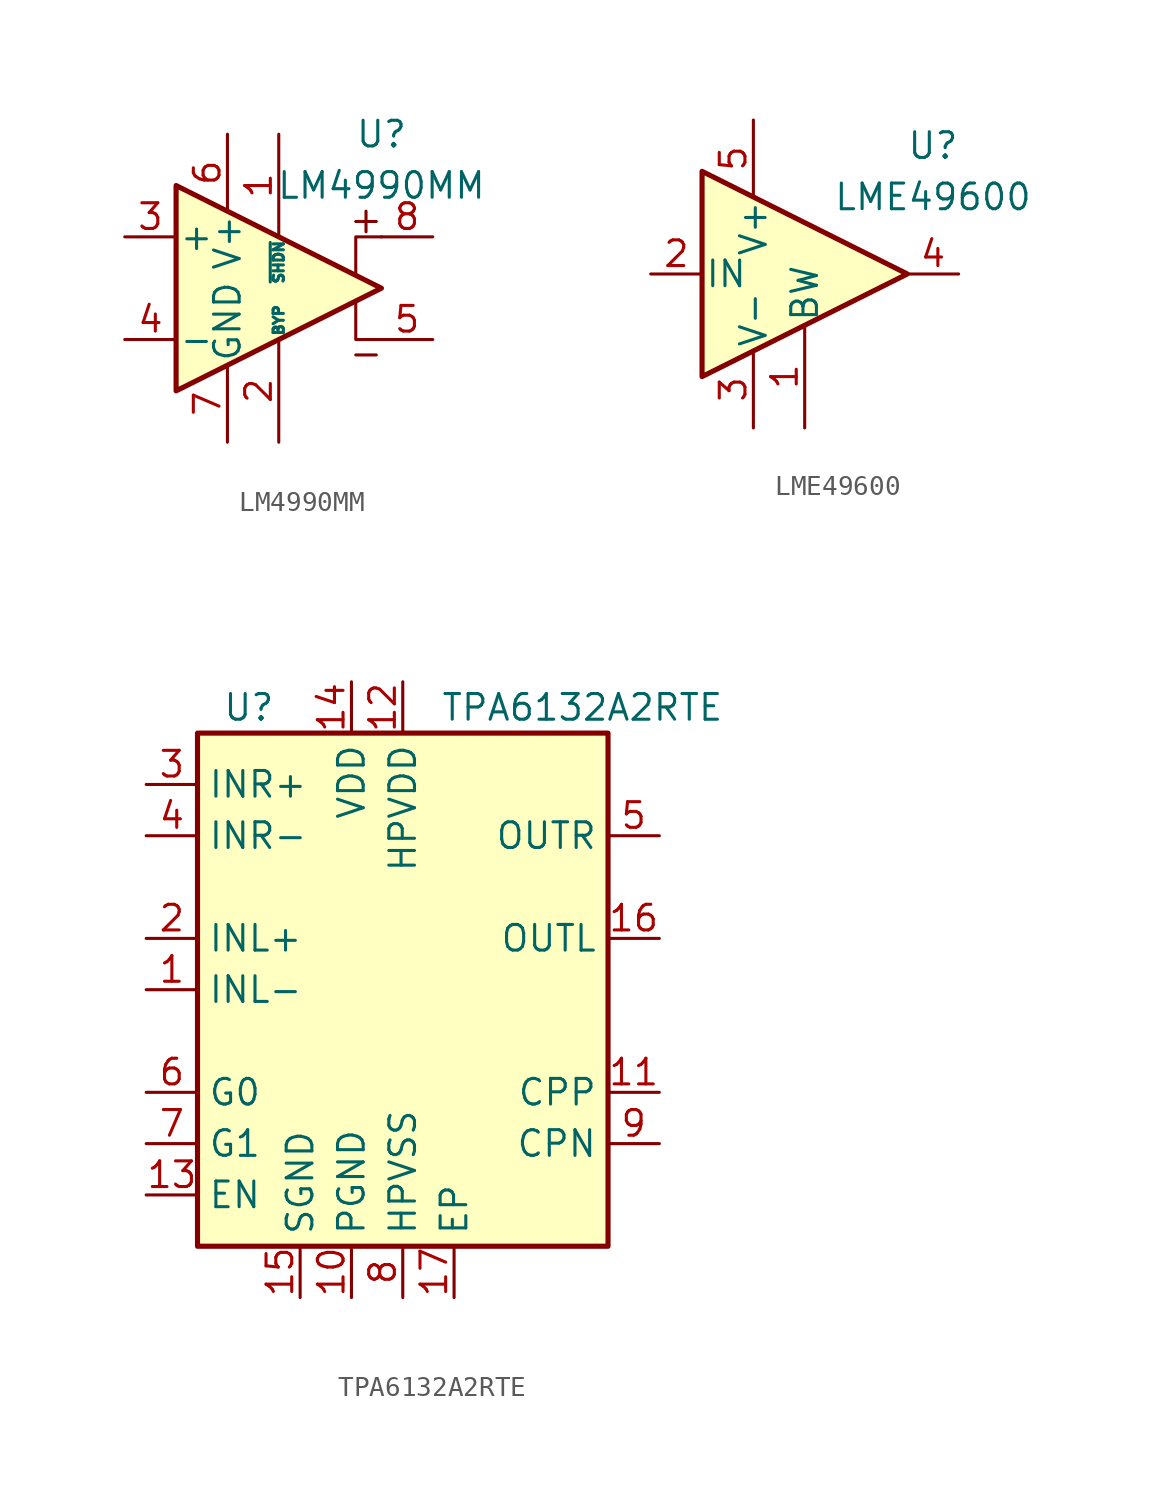
<source format=kicad_sym>
(kicad_symbol_lib
  (version 20211014)
  (generator kicad_symbol_editor)
  (symbol "LM4990MM"
    (pin_names
      (offset 0.127))
    (property "Reference" "U"
      (at 5.08 7.62 0)
      (effects (font (size 1.27 1.27))))
    (property "Value" "LM4990MM"
      (at 5.08 5.08 0)
      (effects (font (size 1.27 1.27))))
    (symbol "LM4990MM_0_1"
      (polyline (pts (xy 3.81 -0.635) (xy 3.81 -2.54) (xy 5.08 -2.54)) (stroke (width 0) (type default) (color 0 0 0 0)) (fill (type none)))
      (polyline (pts (xy 5.08 2.54) (xy 3.81 2.54) (xy 3.81 0.635)) (stroke (width 0) (type default) (color 0 0 0 0)) (fill (type none)))
      (polyline (pts (xy -5.08 5.08) (xy 5.08 0) (xy -5.08 -5.08) (xy -5.08 5.08)) (stroke (width 0.254) (type default) (color 0 0 0 0)) (fill (type background))))
    (symbol "LM4990MM_1_1"
      (polyline (pts (xy 3.81 -3.302) (xy 4.826 -3.302)) (stroke (width 0) (type default) (color 0 0 0 0)) (fill (type none)))
      (polyline (pts (xy 4.318 3.81) (xy 4.318 2.794)) (stroke (width 0) (type default) (color 0 0 0 0)) (fill (type none)))
      (polyline (pts (xy 4.826 3.302) (xy 3.81 3.302)) (stroke (width 0) (type default) (color 0 0 0 0)) (fill (type none)))
      (pin output line (at 0 7.62 270) (length 5.08) (name "~{SHDN}" (effects (font (size 0.508 0.508)))) (number "1" (effects (font (size 1.27 1.27)))))
      (pin input line (at 0 -7.62 90) (length 5.08) (name "BYP" (effects (font (size 0.508 0.508)))) (number "2" (effects (font (size 1.27 1.27)))))
      (pin input line (at -7.62 2.54 0) (length 2.54) (name "+" (effects (font (size 1.27 1.27)))) (number "3" (effects (font (size 1.27 1.27)))))
      (pin input line (at -7.62 -2.54 0) (length 2.54) (name "-" (effects (font (size 1.27 1.27)))) (number "4" (effects (font (size 1.27 1.27)))))
      (pin output line (at 7.62 -2.54 180) (length 2.54) (name "~" (effects (font (size 1.27 1.27)))) (number "5" (effects (font (size 1.27 1.27)))))
      (pin power_in line (at -2.54 7.62 270) (length 3.81) (name "V+" (effects (font (size 1.27 1.27)))) (number "6" (effects (font (size 1.27 1.27)))))
      (pin power_in line (at -2.54 -7.62 90) (length 3.81) (name "GND" (effects (font (size 1.27 1.27)))) (number "7" (effects (font (size 1.27 1.27)))))
      (pin output line (at 7.62 2.54 180) (length 2.54) (name "~" (effects (font (size 1.27 1.27)))) (number "8" (effects (font (size 1.27 1.27)))))))
  (symbol "LME49600"
    (pin_names
      (offset 0.127))
    (property "Reference" "U"
      (at 6.35 6.35 0)
      (effects (font (size 1.27 1.27))))
    (property "Value" "LME49600"
      (at 6.35 3.81 0)
      (effects (font (size 1.27 1.27))))
    (symbol "LME49600_0_1"
      (polyline (pts (xy -5.08 5.08) (xy 5.08 0) (xy -5.08 -5.08) (xy -5.08 5.08)) (stroke (width 0.254) (type default) (color 0 0 0 0)) (fill (type background))))
    (symbol "LME49600_1_1"
      (pin passive line (at 0 -7.62 90) (length 5.08) (name "BW" (effects (font (size 1.27 1.27)))) (number "1" (effects (font (size 1.27 1.27)))))
      (pin input line (at -7.62 0 0) (length 2.54) (name "IN" (effects (font (size 1.27 1.27)))) (number "2" (effects (font (size 1.27 1.27)))))
      (pin power_in line (at -2.54 -7.62 90) (length 3.81) (name "V-" (effects (font (size 1.27 1.27)))) (number "3" (effects (font (size 1.27 1.27)))))
      (pin output line (at 7.62 0 180) (length 2.54) (name "~" (effects (font (size 1.27 1.27)))) (number "4" (effects (font (size 1.27 1.27)))))
      (pin power_in line (at -2.54 7.62 270) (length 3.81) (name "V+" (effects (font (size 1.27 1.27)))) (number "5" (effects (font (size 1.27 1.27)))))))
  (symbol "TPA6132A2RTE"
    (property "Reference" "U"
      (at -7.62 13.97 0)
      (effects (font (size 1.27 1.27))))
    (property "Value" "TPA6132A2RTE"
      (at 8.89 13.97 0)
      (effects (font (size 1.27 1.27))))
    (symbol "TPA6132A2RTE_0_1"
      (rectangle (start -10.16 12.7) (end 10.16 -12.7) (stroke (width 0.254) (type default) (color 0 0 0 0)) (fill (type background))))
    (symbol "TPA6132A2RTE_1_1"
      (pin input line (at -12.7 0 0) (length 2.54) (name "INL-" (effects (font (size 1.27 1.27)))) (number "1" (effects (font (size 1.27 1.27)))))
      (pin power_in line (at -2.54 -15.24 90) (length 2.54) (name "PGND" (effects (font (size 1.27 1.27)))) (number "10" (effects (font (size 1.27 1.27)))))
      (pin passive line (at 12.7 -5.08 180) (length 2.54) (name "CPP" (effects (font (size 1.27 1.27)))) (number "11" (effects (font (size 1.27 1.27)))))
      (pin power_in line (at 0 15.24 270) (length 2.54) (name "HPVDD" (effects (font (size 1.27 1.27)))) (number "12" (effects (font (size 1.27 1.27)))))
      (pin input line (at -12.7 -10.16 0) (length 2.54) (name "EN" (effects (font (size 1.27 1.27)))) (number "13" (effects (font (size 1.27 1.27)))))
      (pin power_in line (at -2.54 15.24 270) (length 2.54) (name "VDD" (effects (font (size 1.27 1.27)))) (number "14" (effects (font (size 1.27 1.27)))))
      (pin power_in line (at -5.08 -15.24 90) (length 2.54) (name "SGND" (effects (font (size 1.27 1.27)))) (number "15" (effects (font (size 1.27 1.27)))))
      (pin output line (at 12.7 2.54 180) (length 2.54) (name "OUTL" (effects (font (size 1.27 1.27)))) (number "16" (effects (font (size 1.27 1.27)))))
      (pin passive line (at 2.54 -15.24 90) (length 2.54) (name "EP" (effects (font (size 1.27 1.27)))) (number "17" (effects (font (size 1.27 1.27)))))
      (pin input line (at -12.7 2.54 0) (length 2.54) (name "INL+" (effects (font (size 1.27 1.27)))) (number "2" (effects (font (size 1.27 1.27)))))
      (pin input line (at -12.7 10.16 0) (length 2.54) (name "INR+" (effects (font (size 1.27 1.27)))) (number "3" (effects (font (size 1.27 1.27)))))
      (pin input line (at -12.7 7.62 0) (length 2.54) (name "INR-" (effects (font (size 1.27 1.27)))) (number "4" (effects (font (size 1.27 1.27)))))
      (pin output line (at 12.7 7.62 180) (length 2.54) (name "OUTR" (effects (font (size 1.27 1.27)))) (number "5" (effects (font (size 1.27 1.27)))))
      (pin input line (at -12.7 -5.08 0) (length 2.54) (name "G0" (effects (font (size 1.27 1.27)))) (number "6" (effects (font (size 1.27 1.27)))))
      (pin input line (at -12.7 -7.62 0) (length 2.54) (name "G1" (effects (font (size 1.27 1.27)))) (number "7" (effects (font (size 1.27 1.27)))))
      (pin power_in line (at 0 -15.24 90) (length 2.54) (name "HPVSS" (effects (font (size 1.27 1.27)))) (number "8" (effects (font (size 1.27 1.27)))))
      (pin passive line (at 12.7 -7.62 180) (length 2.54) (name "CPN" (effects (font (size 1.27 1.27)))) (number "9" (effects (font (size 1.27 1.27))))))))
</source>
